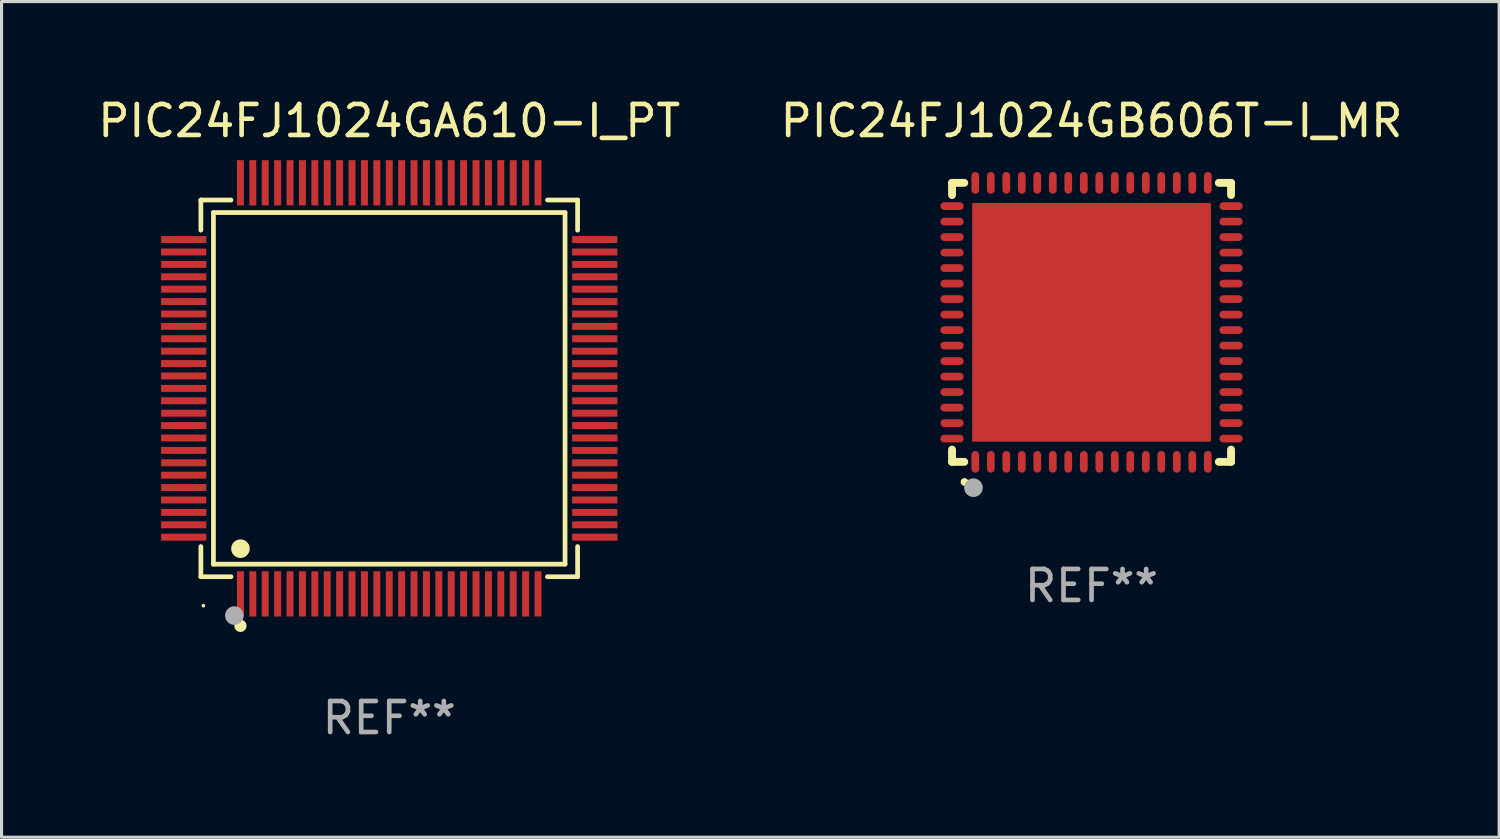
<source format=kicad_pcb>
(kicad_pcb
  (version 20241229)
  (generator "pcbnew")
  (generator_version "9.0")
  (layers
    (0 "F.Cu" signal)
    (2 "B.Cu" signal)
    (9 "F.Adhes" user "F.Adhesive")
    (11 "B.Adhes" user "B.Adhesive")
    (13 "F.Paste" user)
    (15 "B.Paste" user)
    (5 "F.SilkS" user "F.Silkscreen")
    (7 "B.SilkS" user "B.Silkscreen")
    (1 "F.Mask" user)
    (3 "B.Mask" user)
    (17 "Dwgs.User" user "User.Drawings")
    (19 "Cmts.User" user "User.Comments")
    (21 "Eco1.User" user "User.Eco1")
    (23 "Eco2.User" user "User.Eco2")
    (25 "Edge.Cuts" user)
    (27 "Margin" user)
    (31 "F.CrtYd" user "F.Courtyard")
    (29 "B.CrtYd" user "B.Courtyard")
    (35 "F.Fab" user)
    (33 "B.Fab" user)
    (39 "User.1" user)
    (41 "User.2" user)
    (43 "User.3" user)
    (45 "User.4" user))
  (footprint "PIC24FJ1024GB606T-I_MR"
    (layer "F.Cu")
    (at 32.161 7.348)
    (property "Reference" "PIC24FJ1024GB606T-I_MR" (at 0 -6.5 0) (layer "F.SilkS") (effects (font (size 1 1) (thickness 0.15))))
    (attr through_hole)
    (fp_line (start -4.5 -4.5) (end -4.106 -4.5) (stroke (width 0.254) (type solid)) (layer "F.SilkS"))
    (fp_line (start -4.5 -4.106) (end -4.5 -4.5) (stroke (width 0.254) (type solid)) (layer "F.SilkS"))
    (fp_line (start -4.5 4.5) (end -4.5 4.106) (stroke (width 0.254) (type solid)) (layer "F.SilkS"))
    (fp_line (start -4.106 4.5) (end -4.5 4.5) (stroke (width 0.254) (type solid)) (layer "F.SilkS"))
    (fp_line (start 4.106 -4.5) (end 4.5 -4.5) (stroke (width 0.254) (type solid)) (layer "F.SilkS"))
    (fp_line (start 4.5 -4.5) (end 4.5 -4.106) (stroke (width 0.254) (type solid)) (layer "F.SilkS"))
    (fp_line (start 4.5 4.106) (end 4.5 4.5) (stroke (width 0.254) (type solid)) (layer "F.SilkS"))
    (fp_line (start 4.5 4.5) (end 4.106 4.5) (stroke (width 0.254) (type solid)) (layer "F.SilkS"))
    (fp_arc (start -4.099987 5.149898) (mid -4.098717 5.149892) (end -4.097447 5.149898) (stroke (width 0.24892) (type solid)) (layer "F.SilkS"))
    (fp_circle (center -4.5 4.5) (end -4.47 4.5) (stroke (width 0.06) (type solid)) (fill no) (layer "F.SilkS"))
    (fp_circle (center -3.81 5.334) (end -3.66 5.334) (stroke (width 0.3) (type solid)) (fill no) (layer "F.Fab"))
    (fp_text user "REF**" (at 0 8.5 0) (layer "F.Fab") (effects (font (size 1 1) (thickness 0.15))))
    (pad "1" smd oval (at -3.75 4.5) (size 0.25 0.7) (layers "F.Cu" "F.Mask" "F.Paste"))
    (pad "2" smd oval (at -3.25 4.5) (size 0.25 0.7) (layers "F.Cu" "F.Mask" "F.Paste"))
    (pad "3" smd oval (at -2.75 4.5) (size 0.25 0.7) (layers "F.Cu" "F.Mask" "F.Paste"))
    (pad "4" smd oval (at -2.25 4.5) (size 0.25 0.7) (layers "F.Cu" "F.Mask" "F.Paste"))
    (pad "5" smd oval (at -1.75 4.5) (size 0.25 0.7) (layers "F.Cu" "F.Mask" "F.Paste"))
    (pad "6" smd oval (at -1.25 4.5) (size 0.25 0.7) (layers "F.Cu" "F.Mask" "F.Paste"))
    (pad "7" smd oval (at -0.75 4.5) (size 0.25 0.7) (layers "F.Cu" "F.Mask" "F.Paste"))
    (pad "8" smd oval (at -0.25 4.5) (size 0.25 0.7) (layers "F.Cu" "F.Mask" "F.Paste"))
    (pad "9" smd oval (at 0.25 4.5) (size 0.25 0.7) (layers "F.Cu" "F.Mask" "F.Paste"))
    (pad "10" smd oval (at 0.75 4.5) (size 0.25 0.7) (layers "F.Cu" "F.Mask" "F.Paste"))
    (pad "11" smd oval (at 1.25 4.5) (size 0.25 0.7) (layers "F.Cu" "F.Mask" "F.Paste"))
    (pad "12" smd oval (at 1.75 4.5) (size 0.25 0.7) (layers "F.Cu" "F.Mask" "F.Paste"))
    (pad "13" smd oval (at 2.25 4.5) (size 0.25 0.7) (layers "F.Cu" "F.Mask" "F.Paste"))
    (pad "14" smd oval (at 2.75 4.5) (size 0.25 0.7) (layers "F.Cu" "F.Mask" "F.Paste"))
    (pad "15" smd oval (at 3.25 4.5) (size 0.25 0.7) (layers "F.Cu" "F.Mask" "F.Paste"))
    (pad "16" smd oval (at 3.75 4.5) (size 0.25 0.7) (layers "F.Cu" "F.Mask" "F.Paste"))
    (pad "17" smd oval (at 4.5 3.75) (size 0.75 0.25) (layers "F.Cu" "F.Mask" "F.Paste"))
    (pad "18" smd oval (at 4.5 3.25) (size 0.75 0.25) (layers "F.Cu" "F.Mask" "F.Paste"))
    (pad "19" smd oval (at 4.5 2.75) (size 0.75 0.25) (layers "F.Cu" "F.Mask" "F.Paste"))
    (pad "20" smd oval (at 4.5 2.25) (size 0.75 0.25) (layers "F.Cu" "F.Mask" "F.Paste"))
    (pad "21" smd oval (at 4.5 1.75) (size 0.75 0.25) (layers "F.Cu" "F.Mask" "F.Paste"))
    (pad "22" smd oval (at 4.5 1.25) (size 0.75 0.25) (layers "F.Cu" "F.Mask" "F.Paste"))
    (pad "23" smd oval (at 4.5 0.75) (size 0.75 0.25) (layers "F.Cu" "F.Mask" "F.Paste"))
    (pad "24" smd oval (at 4.5 0.25) (size 0.75 0.25) (layers "F.Cu" "F.Mask" "F.Paste"))
    (pad "25" smd oval (at 4.5 -0.25) (size 0.75 0.25) (layers "F.Cu" "F.Mask" "F.Paste"))
    (pad "26" smd oval (at 4.5 -0.75) (size 0.75 0.25) (layers "F.Cu" "F.Mask" "F.Paste"))
    (pad "27" smd oval (at 4.5 -1.25) (size 0.75 0.25) (layers "F.Cu" "F.Mask" "F.Paste"))
    (pad "28" smd oval (at 4.5 -1.75) (size 0.75 0.25) (layers "F.Cu" "F.Mask" "F.Paste"))
    (pad "29" smd oval (at 4.5 -2.25) (size 0.75 0.25) (layers "F.Cu" "F.Mask" "F.Paste"))
    (pad "30" smd oval (at 4.5 -2.75) (size 0.75 0.25) (layers "F.Cu" "F.Mask" "F.Paste"))
    (pad "31" smd oval (at 4.5 -3.25) (size 0.75 0.25) (layers "F.Cu" "F.Mask" "F.Paste"))
    (pad "32" smd oval (at 4.5 -3.75) (size 0.75 0.25) (layers "F.Cu" "F.Mask" "F.Paste"))
    (pad "33" smd oval (at 3.75 -4.5) (size 0.25 0.7) (layers "F.Cu" "F.Mask" "F.Paste"))
    (pad "34" smd oval (at 3.25 -4.5) (size 0.25 0.7) (layers "F.Cu" "F.Mask" "F.Paste"))
    (pad "35" smd oval (at 2.75 -4.5) (size 0.25 0.7) (layers "F.Cu" "F.Mask" "F.Paste"))
    (pad "36" smd oval (at 2.25 -4.5) (size 0.25 0.7) (layers "F.Cu" "F.Mask" "F.Paste"))
    (pad "37" smd oval (at 1.75 -4.5) (size 0.25 0.7) (layers "F.Cu" "F.Mask" "F.Paste"))
    (pad "38" smd oval (at 1.25 -4.5) (size 0.25 0.7) (layers "F.Cu" "F.Mask" "F.Paste"))
    (pad "39" smd oval (at 0.75 -4.5) (size 0.25 0.7) (layers "F.Cu" "F.Mask" "F.Paste"))
    (pad "40" smd oval (at 0.25 -4.5) (size 0.25 0.7) (layers "F.Cu" "F.Mask" "F.Paste"))
    (pad "41" smd oval (at -0.25 -4.5) (size 0.25 0.7) (layers "F.Cu" "F.Mask" "F.Paste"))
    (pad "42" smd oval (at -0.75 -4.5) (size 0.25 0.7) (layers "F.Cu" "F.Mask" "F.Paste"))
    (pad "43" smd oval (at -1.25 -4.5) (size 0.25 0.7) (layers "F.Cu" "F.Mask" "F.Paste"))
    (pad "44" smd oval (at -1.75 -4.5) (size 0.25 0.7) (layers "F.Cu" "F.Mask" "F.Paste"))
    (pad "45" smd oval (at -2.25 -4.5) (size 0.25 0.7) (layers "F.Cu" "F.Mask" "F.Paste"))
    (pad "46" smd oval (at -2.75 -4.5) (size 0.25 0.7) (layers "F.Cu" "F.Mask" "F.Paste"))
    (pad "47" smd oval (at -3.25 -4.5) (size 0.25 0.7) (layers "F.Cu" "F.Mask" "F.Paste"))
    (pad "48" smd oval (at -3.75 -4.5) (size 0.25 0.7) (layers "F.Cu" "F.Mask" "F.Paste"))
    (pad "49" smd oval (at -4.5 -3.75) (size 0.75 0.25) (layers "F.Cu" "F.Mask" "F.Paste"))
    (pad "50" smd oval (at -4.5 -3.25) (size 0.75 0.25) (layers "F.Cu" "F.Mask" "F.Paste"))
    (pad "51" smd oval (at -4.5 -2.75) (size 0.75 0.25) (layers "F.Cu" "F.Mask" "F.Paste"))
    (pad "52" smd oval (at -4.5 -2.25) (size 0.75 0.25) (layers "F.Cu" "F.Mask" "F.Paste"))
    (pad "53" smd oval (at -4.5 -1.75) (size 0.75 0.25) (layers "F.Cu" "F.Mask" "F.Paste"))
    (pad "54" smd oval (at -4.5 -1.25) (size 0.75 0.25) (layers "F.Cu" "F.Mask" "F.Paste"))
    (pad "55" smd oval (at -4.5 -0.75) (size 0.75 0.25) (layers "F.Cu" "F.Mask" "F.Paste"))
    (pad "56" smd oval (at -4.5 -0.25) (size 0.75 0.25) (layers "F.Cu" "F.Mask" "F.Paste"))
    (pad "57" smd oval (at -4.5 0.25) (size 0.75 0.25) (layers "F.Cu" "F.Mask" "F.Paste"))
    (pad "58" smd oval (at -4.5 0.75) (size 0.75 0.25) (layers "F.Cu" "F.Mask" "F.Paste"))
    (pad "59" smd oval (at -4.5 1.25) (size 0.75 0.25) (layers "F.Cu" "F.Mask" "F.Paste"))
    (pad "60" smd oval (at -4.5 1.75) (size 0.75 0.25) (layers "F.Cu" "F.Mask" "F.Paste"))
    (pad "61" smd oval (at -4.5 2.25) (size 0.75 0.25) (layers "F.Cu" "F.Mask" "F.Paste"))
    (pad "62" smd oval (at -4.5 2.75) (size 0.75 0.25) (layers "F.Cu" "F.Mask" "F.Paste"))
    (pad "63" smd oval (at -4.5 3.25) (size 0.75 0.25) (layers "F.Cu" "F.Mask" "F.Paste"))
    (pad "64" smd oval (at -4.5 3.75) (size 0.75 0.25) (layers "F.Cu" "F.Mask" "F.Paste"))
    (pad "65" smd rect (at 0.000394 -0.000013) (size 7.7 7.7) (layers "F.Cu" "F.Mask" "F.Paste")))
  (footprint "PIC24FJ1024GA610-I_PT"
    (layer "F.Cu")
    (at 9.506 9.478)
    (property "Reference" "PIC24FJ1024GA610-I_PT" (at 0 -8.63 0) (layer "F.SilkS") (effects (font (size 1 1) (thickness 0.15))))
    (attr through_hole)
    (fp_line (start -6.076 -6.076) (end -5.103 -6.076) (stroke (width 0.152) (type solid)) (layer "F.SilkS"))
    (fp_line (start -6.076 -5.103) (end -6.076 -6.076) (stroke (width 0.152) (type solid)) (layer "F.SilkS"))
    (fp_line (start -6.076 5.103) (end -6.076 6.076) (stroke (width 0.152) (type solid)) (layer "F.SilkS"))
    (fp_line (start -6.076 6.076) (end -5.103 6.076) (stroke (width 0.152) (type solid)) (layer "F.SilkS"))
    (fp_line (start -5.671 -5.671) (end 5.671 -5.671) (stroke (width 0.152) (type solid)) (layer "F.SilkS"))
    (fp_line (start -5.671 5.671) (end -5.671 -5.671) (stroke (width 0.152) (type solid)) (layer "F.SilkS"))
    (fp_line (start 5.671 -5.671) (end 5.671 5.671) (stroke (width 0.152) (type solid)) (layer "F.SilkS"))
    (fp_line (start 5.671 5.671) (end -5.671 5.671) (stroke (width 0.152) (type solid)) (layer "F.SilkS"))
    (fp_line (start 6.076 -6.076) (end 5.103 -6.076) (stroke (width 0.152) (type solid)) (layer "F.SilkS"))
    (fp_line (start 6.076 -5.103) (end 6.076 -6.076) (stroke (width 0.152) (type solid)) (layer "F.SilkS"))
    (fp_line (start 6.076 5.103) (end 6.076 6.076) (stroke (width 0.152) (type solid)) (layer "F.SilkS"))
    (fp_line (start 6.076 6.076) (end 5.103 6.076) (stroke (width 0.152) (type solid)) (layer "F.SilkS"))
    (fp_circle (center -5.997 7.01) (end -5.967 7.01) (stroke (width 0.06) (type solid)) (fill no) (layer "F.SilkS"))
    (fp_circle (center -4.8 5.171) (end -4.65 5.171) (stroke (width 0.3) (type solid)) (fill no) (layer "F.SilkS"))
    (fp_circle (center -4.8 7.66) (end -4.7 7.66) (stroke (width 0.2) (type solid)) (fill no) (layer "F.SilkS"))
    (fp_circle (center -4.996 7.329) (end -4.846 7.329) (stroke (width 0.3) (type solid)) (fill no) (layer "F.Fab"))
    (fp_text user "REF**" (at 0 10.63 0) (layer "F.Fab") (effects (font (size 1 1) (thickness 0.15))))
    (pad "1" smd rect (at -4.8 6.63) (size 0.224 1.46) (layers "F.Cu" "F.Mask" "F.Paste"))
    (pad "2" smd rect (at -4.4 6.63) (size 0.224 1.46) (layers "F.Cu" "F.Mask" "F.Paste"))
    (pad "3" smd rect (at -4 6.63) (size 0.224 1.46) (layers "F.Cu" "F.Mask" "F.Paste"))
    (pad "4" smd rect (at -3.6 6.63) (size 0.224 1.46) (layers "F.Cu" "F.Mask" "F.Paste"))
    (pad "5" smd rect (at -3.2 6.63) (size 0.224 1.46) (layers "F.Cu" "F.Mask" "F.Paste"))
    (pad "6" smd rect (at -2.8 6.63) (size 0.224 1.46) (layers "F.Cu" "F.Mask" "F.Paste"))
    (pad "7" smd rect (at -2.4 6.63) (size 0.224 1.46) (layers "F.Cu" "F.Mask" "F.Paste"))
    (pad "8" smd rect (at -2 6.63) (size 0.224 1.46) (layers "F.Cu" "F.Mask" "F.Paste"))
    (pad "9" smd rect (at -1.6 6.63) (size 0.224 1.46) (layers "F.Cu" "F.Mask" "F.Paste"))
    (pad "10" smd rect (at -1.2 6.63) (size 0.224 1.46) (layers "F.Cu" "F.Mask" "F.Paste"))
    (pad "11" smd rect (at -0.8 6.63) (size 0.224 1.46) (layers "F.Cu" "F.Mask" "F.Paste"))
    (pad "12" smd rect (at -0.4 6.63) (size 0.224 1.46) (layers "F.Cu" "F.Mask" "F.Paste"))
    (pad "13" smd rect (at 0 6.63) (size 0.224 1.46) (layers "F.Cu" "F.Mask" "F.Paste"))
    (pad "14" smd rect (at 0.4 6.63) (size 0.224 1.46) (layers "F.Cu" "F.Mask" "F.Paste"))
    (pad "15" smd rect (at 0.8 6.63) (size 0.224 1.46) (layers "F.Cu" "F.Mask" "F.Paste"))
    (pad "16" smd rect (at 1.2 6.63) (size 0.224 1.46) (layers "F.Cu" "F.Mask" "F.Paste"))
    (pad "17" smd rect (at 1.6 6.63) (size 0.224 1.46) (layers "F.Cu" "F.Mask" "F.Paste"))
    (pad "18" smd rect (at 2 6.63) (size 0.224 1.46) (layers "F.Cu" "F.Mask" "F.Paste"))
    (pad "19" smd rect (at 2.4 6.63) (size 0.224 1.46) (layers "F.Cu" "F.Mask" "F.Paste"))
    (pad "20" smd rect (at 2.8 6.63) (size 0.224 1.46) (layers "F.Cu" "F.Mask" "F.Paste"))
    (pad "21" smd rect (at 3.2 6.63) (size 0.224 1.46) (layers "F.Cu" "F.Mask" "F.Paste"))
    (pad "22" smd rect (at 3.6 6.63) (size 0.224 1.46) (layers "F.Cu" "F.Mask" "F.Paste"))
    (pad "23" smd rect (at 4 6.63) (size 0.224 1.46) (layers "F.Cu" "F.Mask" "F.Paste"))
    (pad "24" smd rect (at 4.4 6.63) (size 0.224 1.46) (layers "F.Cu" "F.Mask" "F.Paste"))
    (pad "25" smd rect (at 4.8 6.63) (size 0.224 1.46) (layers "F.Cu" "F.Mask" "F.Paste"))
    (pad "26" smd rect (at 6.63 4.8) (size 1.46 0.224) (layers "F.Cu" "F.Mask" "F.Paste"))
    (pad "27" smd rect (at 6.63 4.4) (size 1.46 0.224) (layers "F.Cu" "F.Mask" "F.Paste"))
    (pad "28" smd rect (at 6.63 4) (size 1.46 0.224) (layers "F.Cu" "F.Mask" "F.Paste"))
    (pad "29" smd rect (at 6.63 3.6) (size 1.46 0.224) (layers "F.Cu" "F.Mask" "F.Paste"))
    (pad "30" smd rect (at 6.63 3.2) (size 1.46 0.224) (layers "F.Cu" "F.Mask" "F.Paste"))
    (pad "31" smd rect (at 6.63 2.8) (size 1.46 0.224) (layers "F.Cu" "F.Mask" "F.Paste"))
    (pad "32" smd rect (at 6.63 2.4) (size 1.46 0.224) (layers "F.Cu" "F.Mask" "F.Paste"))
    (pad "33" smd rect (at 6.63 2) (size 1.46 0.224) (layers "F.Cu" "F.Mask" "F.Paste"))
    (pad "34" smd rect (at 6.63 1.6) (size 1.46 0.224) (layers "F.Cu" "F.Mask" "F.Paste"))
    (pad "35" smd rect (at 6.63 1.2) (size 1.46 0.224) (layers "F.Cu" "F.Mask" "F.Paste"))
    (pad "36" smd rect (at 6.63 0.8) (size 1.46 0.224) (layers "F.Cu" "F.Mask" "F.Paste"))
    (pad "37" smd rect (at 6.63 0.4) (size 1.46 0.224) (layers "F.Cu" "F.Mask" "F.Paste"))
    (pad "38" smd rect (at 6.63 0) (size 1.46 0.224) (layers "F.Cu" "F.Mask" "F.Paste"))
    (pad "39" smd rect (at 6.63 -0.4) (size 1.46 0.224) (layers "F.Cu" "F.Mask" "F.Paste"))
    (pad "40" smd rect (at 6.63 -0.8) (size 1.46 0.224) (layers "F.Cu" "F.Mask" "F.Paste"))
    (pad "41" smd rect (at 6.63 -1.2) (size 1.46 0.224) (layers "F.Cu" "F.Mask" "F.Paste"))
    (pad "42" smd rect (at 6.63 -1.6) (size 1.46 0.224) (layers "F.Cu" "F.Mask" "F.Paste"))
    (pad "43" smd rect (at 6.63 -2) (size 1.46 0.224) (layers "F.Cu" "F.Mask" "F.Paste"))
    (pad "44" smd rect (at 6.63 -2.4) (size 1.46 0.224) (layers "F.Cu" "F.Mask" "F.Paste"))
    (pad "45" smd rect (at 6.63 -2.8) (size 1.46 0.224) (layers "F.Cu" "F.Mask" "F.Paste"))
    (pad "46" smd rect (at 6.63 -3.2) (size 1.46 0.224) (layers "F.Cu" "F.Mask" "F.Paste"))
    (pad "47" smd rect (at 6.63 -3.6) (size 1.46 0.224) (layers "F.Cu" "F.Mask" "F.Paste"))
    (pad "48" smd rect (at 6.63 -4) (size 1.46 0.224) (layers "F.Cu" "F.Mask" "F.Paste"))
    (pad "49" smd rect (at 6.63 -4.4) (size 1.46 0.224) (layers "F.Cu" "F.Mask" "F.Paste"))
    (pad "50" smd rect (at 6.63 -4.8) (size 1.46 0.224) (layers "F.Cu" "F.Mask" "F.Paste"))
    (pad "51" smd rect (at 4.8 -6.63) (size 0.224 1.46) (layers "F.Cu" "F.Mask" "F.Paste"))
    (pad "52" smd rect (at 4.4 -6.63) (size 0.224 1.46) (layers "F.Cu" "F.Mask" "F.Paste"))
    (pad "53" smd rect (at 4 -6.63) (size 0.224 1.46) (layers "F.Cu" "F.Mask" "F.Paste"))
    (pad "54" smd rect (at 3.6 -6.63) (size 0.224 1.46) (layers "F.Cu" "F.Mask" "F.Paste"))
    (pad "55" smd rect (at 3.2 -6.63) (size 0.224 1.46) (layers "F.Cu" "F.Mask" "F.Paste"))
    (pad "56" smd rect (at 2.8 -6.63) (size 0.224 1.46) (layers "F.Cu" "F.Mask" "F.Paste"))
    (pad "57" smd rect (at 2.4 -6.63) (size 0.224 1.46) (layers "F.Cu" "F.Mask" "F.Paste"))
    (pad "58" smd rect (at 2 -6.63) (size 0.224 1.46) (layers "F.Cu" "F.Mask" "F.Paste"))
    (pad "59" smd rect (at 1.6 -6.63) (size 0.224 1.46) (layers "F.Cu" "F.Mask" "F.Paste"))
    (pad "60" smd rect (at 1.2 -6.63) (size 0.224 1.46) (layers "F.Cu" "F.Mask" "F.Paste"))
    (pad "61" smd rect (at 0.8 -6.63) (size 0.224 1.46) (layers "F.Cu" "F.Mask" "F.Paste"))
    (pad "62" smd rect (at 0.4 -6.63) (size 0.224 1.46) (layers "F.Cu" "F.Mask" "F.Paste"))
    (pad "63" smd rect (at 0 -6.63) (size 0.224 1.46) (layers "F.Cu" "F.Mask" "F.Paste"))
    (pad "64" smd rect (at -0.4 -6.63) (size 0.224 1.46) (layers "F.Cu" "F.Mask" "F.Paste"))
    (pad "65" smd rect (at -0.8 -6.63) (size 0.224 1.46) (layers "F.Cu" "F.Mask" "F.Paste"))
    (pad "66" smd rect (at -1.2 -6.63) (size 0.224 1.46) (layers "F.Cu" "F.Mask" "F.Paste"))
    (pad "67" smd rect (at -1.6 -6.63) (size 0.224 1.46) (layers "F.Cu" "F.Mask" "F.Paste"))
    (pad "68" smd rect (at -2 -6.63) (size 0.224 1.46) (layers "F.Cu" "F.Mask" "F.Paste"))
    (pad "69" smd rect (at -2.4 -6.63) (size 0.224 1.46) (layers "F.Cu" "F.Mask" "F.Paste"))
    (pad "70" smd rect (at -2.8 -6.63) (size 0.224 1.46) (layers "F.Cu" "F.Mask" "F.Paste"))
    (pad "71" smd rect (at -3.2 -6.63) (size 0.224 1.46) (layers "F.Cu" "F.Mask" "F.Paste"))
    (pad "72" smd rect (at -3.6 -6.63) (size 0.224 1.46) (layers "F.Cu" "F.Mask" "F.Paste"))
    (pad "73" smd rect (at -4 -6.63) (size 0.224 1.46) (layers "F.Cu" "F.Mask" "F.Paste"))
    (pad "74" smd rect (at -4.4 -6.63) (size 0.224 1.46) (layers "F.Cu" "F.Mask" "F.Paste"))
    (pad "75" smd rect (at -4.8 -6.63) (size 0.224 1.46) (layers "F.Cu" "F.Mask" "F.Paste"))
    (pad "76" smd rect (at -6.63 -4.8) (size 1.46 0.224) (layers "F.Cu" "F.Mask" "F.Paste"))
    (pad "77" smd rect (at -6.63 -4.4) (size 1.46 0.224) (layers "F.Cu" "F.Mask" "F.Paste"))
    (pad "78" smd rect (at -6.63 -4) (size 1.46 0.224) (layers "F.Cu" "F.Mask" "F.Paste"))
    (pad "79" smd rect (at -6.63 -3.6) (size 1.46 0.224) (layers "F.Cu" "F.Mask" "F.Paste"))
    (pad "80" smd rect (at -6.63 -3.2) (size 1.46 0.224) (layers "F.Cu" "F.Mask" "F.Paste"))
    (pad "81" smd rect (at -6.63 -2.8) (size 1.46 0.224) (layers "F.Cu" "F.Mask" "F.Paste"))
    (pad "82" smd rect (at -6.63 -2.4) (size 1.46 0.224) (layers "F.Cu" "F.Mask" "F.Paste"))
    (pad "83" smd rect (at -6.63 -2) (size 1.46 0.224) (layers "F.Cu" "F.Mask" "F.Paste"))
    (pad "84" smd rect (at -6.63 -1.6) (size 1.46 0.224) (layers "F.Cu" "F.Mask" "F.Paste"))
    (pad "85" smd rect (at -6.63 -1.2) (size 1.46 0.224) (layers "F.Cu" "F.Mask" "F.Paste"))
    (pad "86" smd rect (at -6.63 -0.8) (size 1.46 0.224) (layers "F.Cu" "F.Mask" "F.Paste"))
    (pad "87" smd rect (at -6.63 -0.4) (size 1.46 0.224) (layers "F.Cu" "F.Mask" "F.Paste"))
    (pad "88" smd rect (at -6.63 0) (size 1.46 0.224) (layers "F.Cu" "F.Mask" "F.Paste"))
    (pad "89" smd rect (at -6.63 0.4) (size 1.46 0.224) (layers "F.Cu" "F.Mask" "F.Paste"))
    (pad "90" smd rect (at -6.63 0.8) (size 1.46 0.224) (layers "F.Cu" "F.Mask" "F.Paste"))
    (pad "91" smd rect (at -6.63 1.2) (size 1.46 0.224) (layers "F.Cu" "F.Mask" "F.Paste"))
    (pad "92" smd rect (at -6.63 1.6) (size 1.46 0.224) (layers "F.Cu" "F.Mask" "F.Paste"))
    (pad "93" smd rect (at -6.63 2) (size 1.46 0.224) (layers "F.Cu" "F.Mask" "F.Paste"))
    (pad "94" smd rect (at -6.63 2.4) (size 1.46 0.224) (layers "F.Cu" "F.Mask" "F.Paste"))
    (pad "95" smd rect (at -6.63 2.8) (size 1.46 0.224) (layers "F.Cu" "F.Mask" "F.Paste"))
    (pad "96" smd rect (at -6.63 3.2) (size 1.46 0.224) (layers "F.Cu" "F.Mask" "F.Paste"))
    (pad "97" smd rect (at -6.63 3.6) (size 1.46 0.224) (layers "F.Cu" "F.Mask" "F.Paste"))
    (pad "98" smd rect (at -6.63 4) (size 1.46 0.224) (layers "F.Cu" "F.Mask" "F.Paste"))
    (pad "99" smd rect (at -6.63 4.4) (size 1.46 0.224) (layers "F.Cu" "F.Mask" "F.Paste"))
    (pad "100" smd rect (at -6.63 4.8) (size 1.46 0.224) (layers "F.Cu" "F.Mask" "F.Paste")))
  (gr_rect
    (start -3 -3)
    (end 45.31 23.956)
    (stroke (width 0.1) (type default))
    (fill no)
    (layer "Edge.Cuts")))
</source>
